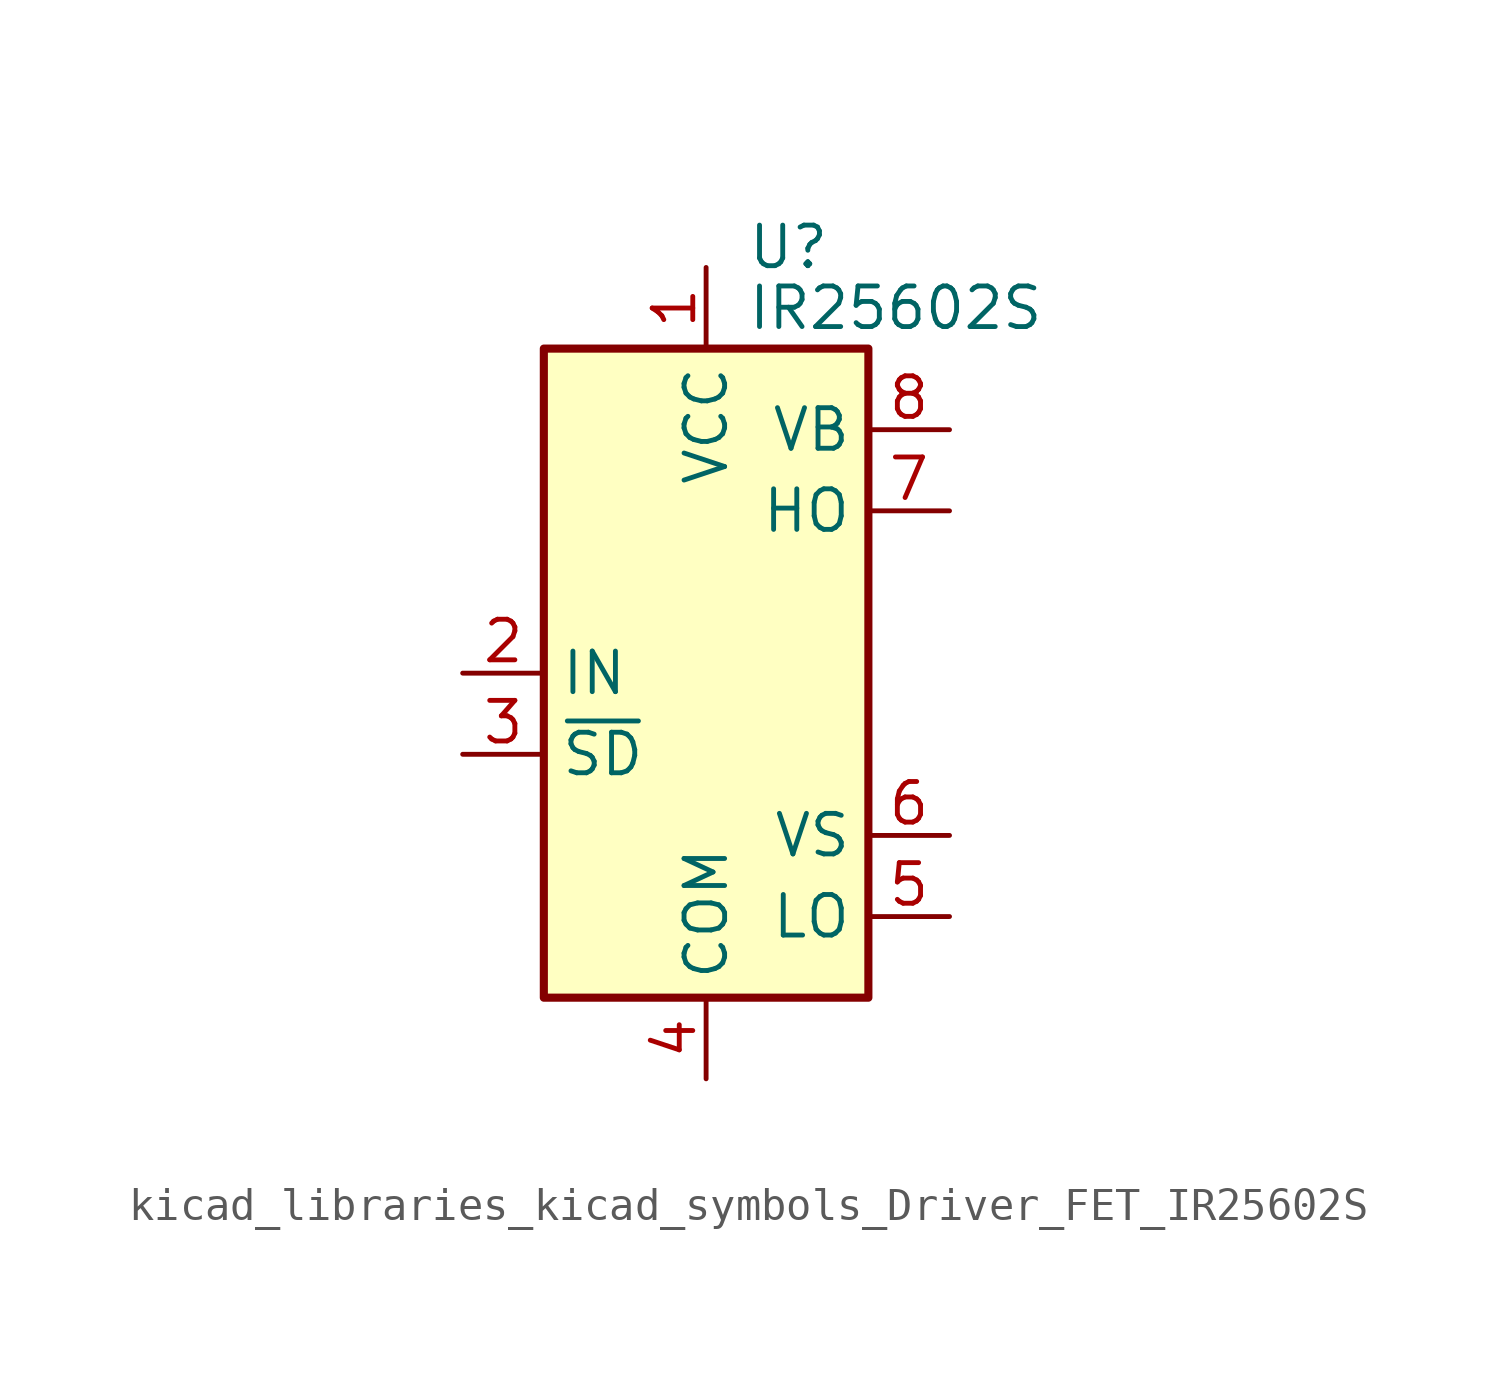
<source format=kicad_sym>
(kicad_symbol_lib
  (version 20220914)
  (generator kicad_symbol_editor)
  (symbol "kicad_libraries_kicad_symbols_Driver_FET_IR25602S"
    (property "Reference" "U"
      (at 1.27 13.335 0)
      (effects (font (size 1.27 1.27)) (justify left)))
    (property "Value" "IR25602S"
      (at 1.27 11.43 0)
      (effects (font (size 1.27 1.27)) (justify left)))
    (symbol "kicad_libraries_kicad_symbols_Driver_FET_IR25602S_0_1"
      (rectangle (start -5.08 -10.16) (end 5.08 10.16) (stroke (width 0.254) (type default)) (fill (type background))))
    (symbol "kicad_libraries_kicad_symbols_Driver_FET_IR25602S_1_1"
      (pin power_in line (at 0 12.7 270) (length 2.54) (name "VCC" (effects (font (size 1.27 1.27)))) (number "1" (effects (font (size 1.27 1.27)))))
      (pin input line (at -7.62 0 0) (length 2.54) (name "IN" (effects (font (size 1.27 1.27)))) (number "2" (effects (font (size 1.27 1.27)))))
      (pin input line (at -7.62 -2.54 0) (length 2.54) (name "~{SD}" (effects (font (size 1.27 1.27)))) (number "3" (effects (font (size 1.27 1.27)))))
      (pin power_in line (at 0 -12.7 90) (length 2.54) (name "COM" (effects (font (size 1.27 1.27)))) (number "4" (effects (font (size 1.27 1.27)))))
      (pin output line (at 7.62 -7.62 180) (length 2.54) (name "LO" (effects (font (size 1.27 1.27)))) (number "5" (effects (font (size 1.27 1.27)))))
      (pin passive line (at 7.62 -5.08 180) (length 2.54) (name "VS" (effects (font (size 1.27 1.27)))) (number "6" (effects (font (size 1.27 1.27)))))
      (pin output line (at 7.62 5.08 180) (length 2.54) (name "HO" (effects (font (size 1.27 1.27)))) (number "7" (effects (font (size 1.27 1.27)))))
      (pin passive line (at 7.62 7.62 180) (length 2.54) (name "VB" (effects (font (size 1.27 1.27)))) (number "8" (effects (font (size 1.27 1.27))))))))
</source>
